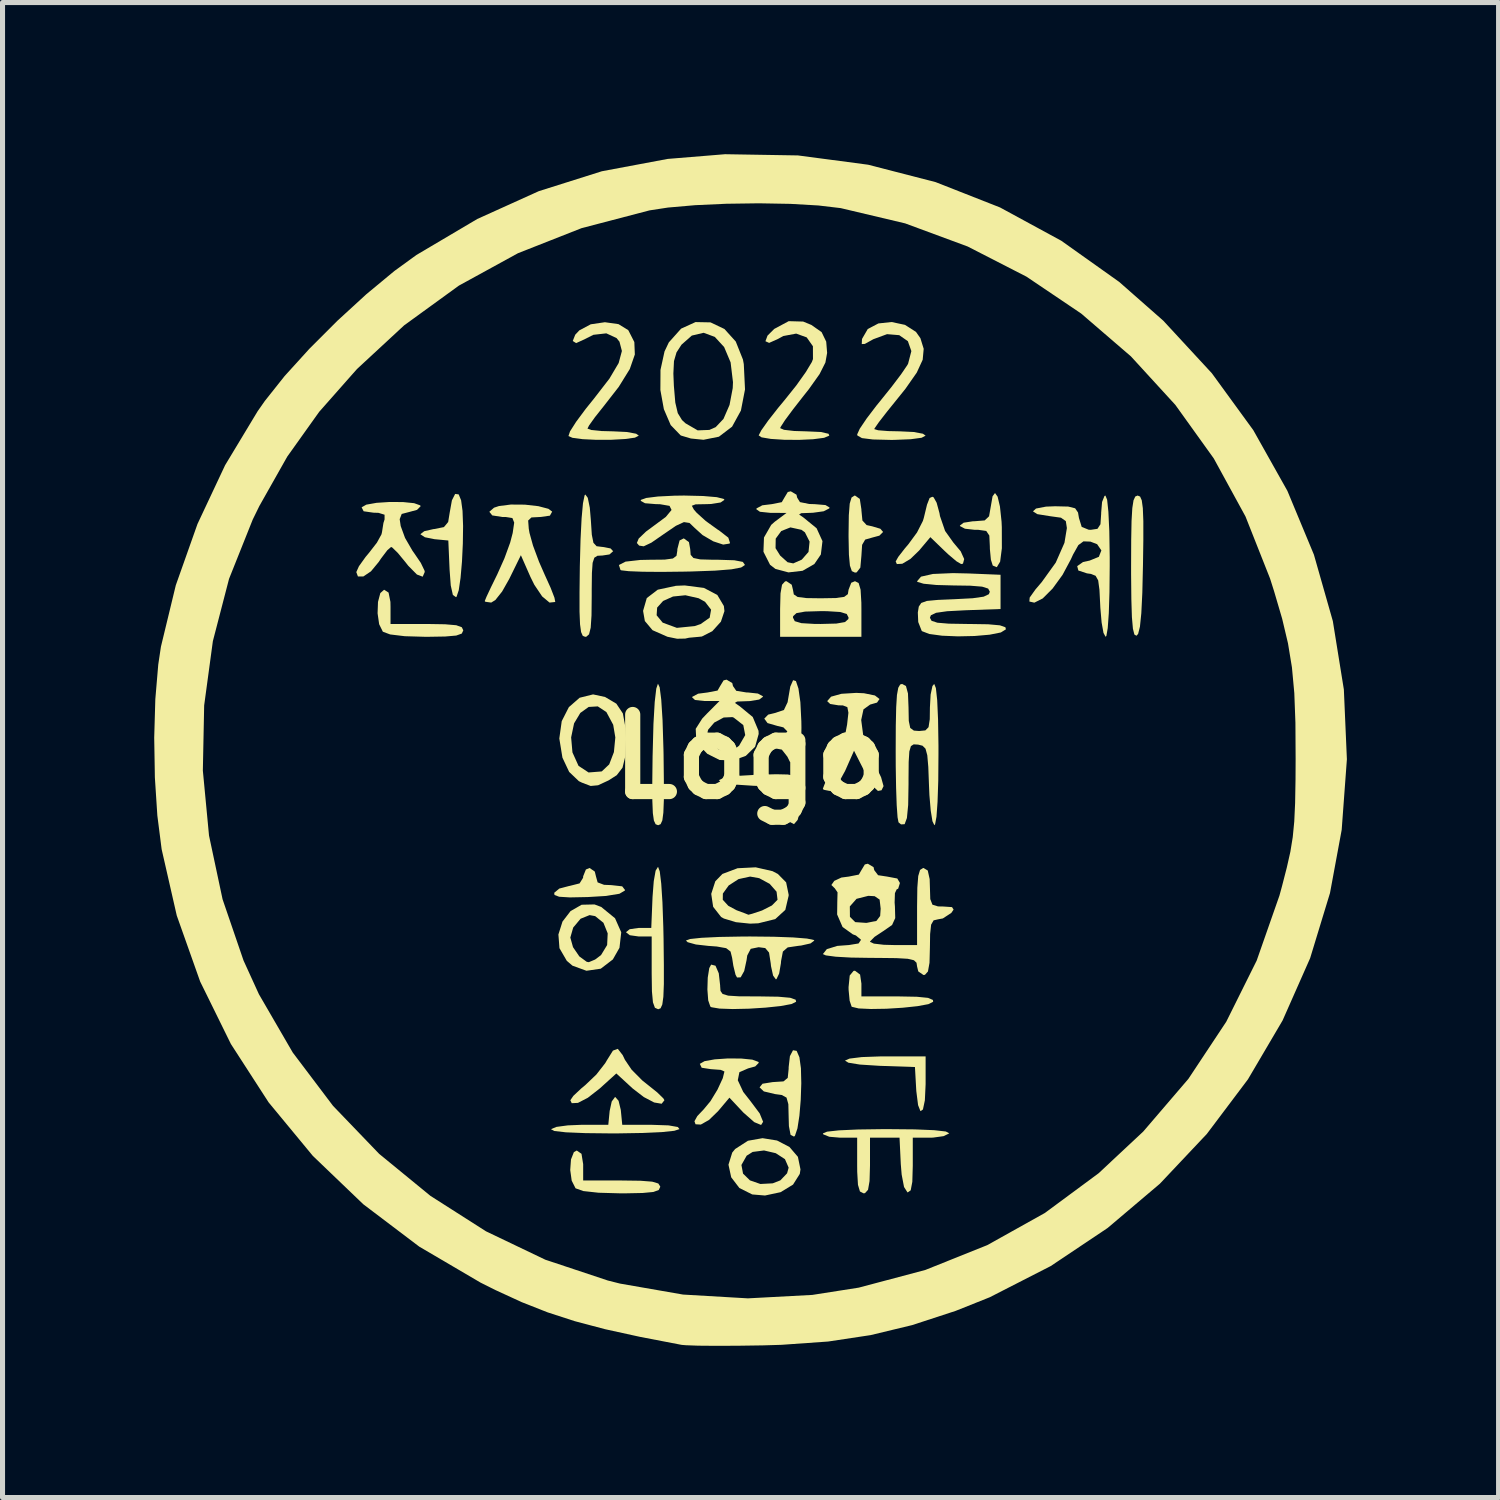
<source format=kicad_pcb>
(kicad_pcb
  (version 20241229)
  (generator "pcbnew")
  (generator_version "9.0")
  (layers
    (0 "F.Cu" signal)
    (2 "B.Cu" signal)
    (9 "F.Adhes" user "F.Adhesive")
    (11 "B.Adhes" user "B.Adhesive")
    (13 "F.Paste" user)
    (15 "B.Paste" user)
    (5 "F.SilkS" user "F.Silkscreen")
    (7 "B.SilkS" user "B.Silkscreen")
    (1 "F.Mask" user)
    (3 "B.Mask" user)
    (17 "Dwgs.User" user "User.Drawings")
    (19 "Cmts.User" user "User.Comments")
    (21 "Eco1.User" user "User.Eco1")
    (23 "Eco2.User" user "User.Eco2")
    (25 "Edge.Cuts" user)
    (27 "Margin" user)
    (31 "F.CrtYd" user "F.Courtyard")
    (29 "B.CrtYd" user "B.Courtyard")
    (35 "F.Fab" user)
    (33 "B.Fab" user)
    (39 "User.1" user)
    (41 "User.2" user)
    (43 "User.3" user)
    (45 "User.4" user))
  (footprint "Logo"
    (layer "F.Cu")
    (at 11.786 11.916)
    (property "Reference" "Logo" (at 0 0 0) (layer "F.SilkS") (effects (font (size 1.524 1.524) (thickness 0.3))))
    (attr board_only exclude_from_pos_files exclude_from_bom)
    (fp_poly (pts (xy 3.471 6.477) (xy 3.456 6.797) (xy 3.418 6.977) (xy 3.369 7.011) (xy 3.322 6.892) (xy 3.287 6.614) (xy 3.285 6.583) (xy 3.26 6.138) (xy 2.561 6.114) (xy 2.17 6.089) (xy 1.943 6.052) (xy 1.876 6.01) (xy 1.966 5.971) (xy 2.208 5.941) (xy 2.599 5.927) (xy 2.667 5.927) (xy 3.471 5.927)) (stroke (width 0) (type solid)) (fill yes) (layer "F.SilkS"))
    (fp_poly (pts (xy 0.744 0.352) (xy 0.876 0.377) (xy 0.941 0.431) (xy 0.974 0.521) (xy 0.978 0.535) (xy 1.009 0.789) (xy 0.994 1.047) (xy 0.94 1.25) (xy 0.868 1.334) (xy 0.797 1.297) (xy 0.765 1.115) (xy 0.762 0.984) (xy 0.762 0.6) (xy 0.064 0.575) (xy -0.329 0.549) (xy -0.556 0.51) (xy -0.62 0.465) (xy -0.524 0.42) (xy -0.27 0.381) (xy 0.14 0.357) (xy 0.146 0.357) (xy 0.513 0.347)) (stroke (width 0) (type solid)) (fill yes) (layer "F.SilkS"))
    (fp_poly (pts (xy 2.175 4.309) (xy 2.201 4.487) (xy 2.201 4.741) (xy 2.928 4.741) (xy 3.297 4.748) (xy 3.519 4.77) (xy 3.615 4.811) (xy 3.62 4.847) (xy 3.527 4.894) (xy 3.311 4.934) (xy 3.018 4.965) (xy 2.696 4.985) (xy 2.39 4.99) (xy 2.147 4.979) (xy 2.013 4.947) (xy 2.007 4.942) (xy 1.968 4.825) (xy 1.948 4.613) (xy 1.947 4.558) (xy 1.97 4.328) (xy 2.045 4.237) (xy 2.074 4.233)) (stroke (width 0) (type solid)) (fill yes) (layer "F.SilkS"))
    (fp_poly (pts (xy -7.151 -3.246) (xy -7.114 -3.061) (xy -7.112 -2.963) (xy -7.112 -2.625) (xy -6.392 -2.625) (xy -6.033 -2.619) (xy -5.812 -2.6) (xy -5.702 -2.56) (xy -5.673 -2.498) (xy -5.703 -2.435) (xy -5.812 -2.396) (xy -6.031 -2.377) (xy -6.387 -2.371) (xy -6.418 -2.371) (xy -6.83 -2.383) (xy -7.12 -2.418) (xy -7.264 -2.472) (xy -7.264 -2.472) (xy -7.337 -2.62) (xy -7.368 -2.836) (xy -7.36 -3.061) (xy -7.314 -3.236) (xy -7.239 -3.302)) (stroke (width 0) (type solid)) (fill yes) (layer "F.SilkS"))
    (fp_poly (pts (xy -3.072 2.272) (xy -3.048 2.371) (xy -3.016 2.486) (xy -2.889 2.534) (xy -2.745 2.54) (xy -2.53 2.564) (xy -2.474 2.637) (xy -2.476 2.646) (xy -2.585 2.711) (xy -2.862 2.755) (xy -3.211 2.776) (xy -3.566 2.783) (xy -3.777 2.77) (xy -3.869 2.735) (xy -3.875 2.692) (xy -3.774 2.608) (xy -3.579 2.557) (xy -3.571 2.556) (xy -3.373 2.506) (xy -3.304 2.395) (xy -3.302 2.365) (xy -3.248 2.231) (xy -3.175 2.201)) (stroke (width 0) (type solid)) (fill yes) (layer "F.SilkS"))
    (fp_poly (pts (xy -1.789 -1.372) (xy -1.758 -1.131) (xy -1.732 -0.722) (xy -1.714 -0.143) (xy -1.712 -0.043) (xy -1.706 0.479) (xy -1.706 0.854) (xy -1.716 1.107) (xy -1.736 1.259) (xy -1.77 1.334) (xy -1.818 1.355) (xy -1.82 1.355) (xy -1.869 1.336) (xy -1.903 1.264) (xy -1.924 1.117) (xy -1.934 0.87) (xy -1.935 0.501) (xy -1.929 -0.012) (xy -1.928 -0.043) (xy -1.912 -0.646) (xy -1.887 -1.081) (xy -1.856 -1.347) (xy -1.823 -1.444)) (stroke (width 0) (type solid)) (fill yes) (layer "F.SilkS"))
    (fp_poly (pts (xy 7.713 -5.145) (xy 7.746 -5.07) (xy 7.767 -4.916) (xy 7.777 -4.661) (xy 7.777 -4.281) (xy 7.77 -3.796) (xy 7.757 -3.24) (xy 7.737 -2.837) (xy 7.71 -2.572) (xy 7.674 -2.429) (xy 7.641 -2.392) (xy 7.6 -2.416) (xy 7.571 -2.532) (xy 7.551 -2.759) (xy 7.54 -3.114) (xy 7.535 -3.615) (xy 7.535 -3.761) (xy 7.537 -4.286) (xy 7.544 -4.664) (xy 7.559 -4.918) (xy 7.583 -5.071) (xy 7.618 -5.146) (xy 7.664 -5.165)) (stroke (width 0) (type solid)) (fill yes) (layer "F.SilkS"))
    (fp_poly (pts (xy -3.335 7.854) (xy -3.302 8.059) (xy -3.302 8.086) (xy -3.302 8.382) (xy -2.54 8.382) (xy -2.168 8.387) (xy -1.937 8.405) (xy -1.816 8.441) (xy -1.778 8.5) (xy -1.778 8.509) (xy -1.807 8.57) (xy -1.914 8.609) (xy -2.126 8.629) (xy -2.473 8.636) (xy -2.565 8.636) (xy -2.998 8.624) (xy -3.299 8.591) (xy -3.451 8.537) (xy -3.454 8.534) (xy -3.529 8.385) (xy -3.558 8.175) (xy -3.543 7.966) (xy -3.486 7.821) (xy -3.429 7.789)) (stroke (width 0) (type solid)) (fill yes) (layer "F.SilkS"))
    (fp_poly (pts (xy -5.764 -5.188) (xy -5.716 -5.071) (xy -5.688 -4.862) (xy -5.677 -4.563) (xy -5.682 -4.214) (xy -5.699 -3.859) (xy -5.727 -3.537) (xy -5.763 -3.292) (xy -5.806 -3.164) (xy -5.817 -3.155) (xy -5.879 -3.199) (xy -5.921 -3.387) (xy -5.944 -3.698) (xy -5.969 -4.276) (xy -6.244 -4.302) (xy -6.432 -4.34) (xy -6.519 -4.397) (xy -6.519 -4.403) (xy -6.445 -4.46) (xy -6.265 -4.501) (xy -6.244 -4.503) (xy -6.056 -4.541) (xy -5.972 -4.642) (xy -5.942 -4.826) (xy -5.898 -5.071) (xy -5.834 -5.197)) (stroke (width 0) (type solid)) (fill yes) (layer "F.SilkS"))
    (fp_poly (pts (xy -2.602 6.805) (xy -2.558 6.986) (xy -2.556 7.006) (xy -2.529 7.281) (xy -1.937 7.281) (xy -1.613 7.292) (xy -1.43 7.324) (xy -1.397 7.366) (xy -1.5 7.399) (xy -1.749 7.425) (xy -2.123 7.442) (xy -2.598 7.45) (xy -2.719 7.451) (xy -3.258 7.445) (xy -3.644 7.429) (xy -3.872 7.403) (xy -3.938 7.368) (xy -3.937 7.366) (xy -3.831 7.322) (xy -3.607 7.292) (xy -3.345 7.281) (xy -2.805 7.281) (xy -2.778 7.006) (xy -2.737 6.819) (xy -2.673 6.732) (xy -2.667 6.731)) (stroke (width 0) (type solid)) (fill yes) (layer "F.SilkS"))
    (fp_poly (pts (xy -2.52 5.903) (xy -2.476 5.995) (xy -2.344 6.19) (xy -2.133 6.403) (xy -2.034 6.482) (xy -1.839 6.638) (xy -1.716 6.758) (xy -1.695 6.795) (xy -1.75 6.864) (xy -1.898 6.839) (xy -2.102 6.732) (xy -2.323 6.562) (xy -2.646 6.265) (xy -2.974 6.562) (xy -3.21 6.746) (xy -3.405 6.847) (xy -3.528 6.853) (xy -3.556 6.795) (xy -3.496 6.708) (xy -3.343 6.564) (xy -3.26 6.495) (xy -3.041 6.286) (xy -2.865 6.06) (xy -2.835 6.008) (xy -2.713 5.813) (xy -2.617 5.778)) (stroke (width 0) (type solid)) (fill yes) (layer "F.SilkS"))
    (fp_poly (pts (xy 2.169 -5.099) (xy 2.201 -4.891) (xy 2.201 -4.874) (xy 2.221 -4.671) (xy 2.304 -4.581) (xy 2.416 -4.556) (xy 2.576 -4.508) (xy 2.63 -4.445) (xy 2.557 -4.372) (xy 2.416 -4.334) (xy 2.276 -4.294) (xy 2.215 -4.19) (xy 2.201 -3.974) (xy 2.18 -3.74) (xy 2.108 -3.646) (xy 2.074 -3.641) (xy 2.012 -3.67) (xy 1.974 -3.779) (xy 1.954 -3.995) (xy 1.947 -4.347) (xy 1.947 -4.403) (xy 1.952 -4.774) (xy 1.97 -5.006) (xy 2.006 -5.126) (xy 2.065 -5.164) (xy 2.074 -5.165)) (stroke (width 0) (type solid)) (fill yes) (layer "F.SilkS"))
    (fp_poly (pts (xy 4.895 -5.143) (xy 4.941 -4.949) (xy 4.973 -4.648) (xy 4.978 -4.538) (xy 4.979 -4.123) (xy 4.945 -3.858) (xy 4.879 -3.748) (xy 4.799 -3.78) (xy 4.762 -3.896) (xy 4.742 -4.108) (xy 4.741 -4.163) (xy 4.731 -4.374) (xy 4.67 -4.465) (xy 4.514 -4.487) (xy 4.445 -4.487) (xy 4.249 -4.509) (xy 4.151 -4.561) (xy 4.149 -4.572) (xy 4.223 -4.628) (xy 4.405 -4.656) (xy 4.44 -4.657) (xy 4.639 -4.673) (xy 4.726 -4.755) (xy 4.757 -4.932) (xy 4.795 -5.15) (xy 4.843 -5.215)) (stroke (width 0) (type solid)) (fill yes) (layer "F.SilkS"))
    (fp_poly (pts (xy -0.685 4.134) (xy -0.62 4.284) (xy -0.593 4.524) (xy -0.593 4.537) (xy -0.586 4.633) (xy -0.544 4.693) (xy -0.434 4.726) (xy -0.225 4.739) (xy 0.117 4.741) (xy 0.176 4.741) (xy 0.558 4.747) (xy 0.792 4.768) (xy 0.9 4.806) (xy 0.91 4.847) (xy 0.818 4.892) (xy 0.601 4.932) (xy 0.305 4.963) (xy -0.025 4.984) (xy -0.343 4.991) (xy -0.605 4.982) (xy -0.765 4.955) (xy -0.787 4.942) (xy -0.829 4.819) (xy -0.845 4.605) (xy -0.838 4.369) (xy -0.808 4.181) (xy -0.771 4.112)) (stroke (width 0) (type solid)) (fill yes) (layer "F.SilkS"))
    (fp_poly (pts (xy 0.92 5.818) (xy 0.975 5.945) (xy 1.005 6.163) (xy 1.012 6.459) (xy 1.001 6.787) (xy 0.975 7.099) (xy 0.936 7.351) (xy 0.887 7.497) (xy 0.868 7.514) (xy 0.8 7.479) (xy 0.767 7.306) (xy 0.762 7.124) (xy 0.756 6.872) (xy 0.72 6.743) (xy 0.626 6.691) (xy 0.493 6.673) (xy 0.271 6.62) (xy 0.187 6.54) (xy 0.245 6.468) (xy 0.451 6.435) (xy 0.459 6.435) (xy 0.66 6.422) (xy 0.744 6.352) (xy 0.762 6.175) (xy 0.762 6.143) (xy 0.787 5.922) (xy 0.848 5.806)) (stroke (width 0) (type solid)) (fill yes) (layer "F.SilkS"))
    (fp_poly (pts (xy 3.629 -5.13) (xy 3.689 -5.023) (xy 3.745 -4.817) (xy 3.755 -4.759) (xy 3.856 -4.465) (xy 4.02 -4.235) (xy 4.165 -4.062) (xy 4.234 -3.909) (xy 4.21 -3.818) (xy 4.174 -3.81) (xy 4.082 -3.864) (xy 3.921 -4) (xy 3.84 -4.076) (xy 3.565 -4.342) (xy 3.341 -4.076) (xy 3.17 -3.911) (xy 3.01 -3.816) (xy 2.902 -3.81) (xy 2.879 -3.862) (xy 2.93 -3.952) (xy 3.059 -4.118) (xy 3.131 -4.203) (xy 3.301 -4.435) (xy 3.417 -4.663) (xy 3.435 -4.722) (xy 3.499 -4.986) (xy 3.55 -5.116) (xy 3.604 -5.141)) (stroke (width 0) (type solid)) (fill yes) (layer "F.SilkS"))
    (fp_poly (pts (xy -1.82 2.18) (xy -1.787 2.27) (xy -1.758 2.51) (xy -1.734 2.882) (xy -1.717 3.366) (xy -1.712 3.598) (xy -1.706 4.121) (xy -1.706 4.497) (xy -1.716 4.749) (xy -1.737 4.901) (xy -1.771 4.976) (xy -1.818 4.995) (xy -1.883 4.966) (xy -1.922 4.858) (xy -1.942 4.642) (xy -1.947 4.287) (xy -1.947 4.276) (xy -1.947 3.556) (xy -2.201 3.556) (xy -2.38 3.531) (xy -2.455 3.472) (xy -2.455 3.471) (xy -2.382 3.412) (xy -2.205 3.387) (xy -1.955 3.387) (xy -1.93 2.773) (xy -1.906 2.463) (xy -1.869 2.254) (xy -1.823 2.18)) (stroke (width 0) (type solid)) (fill yes) (layer "F.SilkS"))
    (fp_poly (pts (xy 0.906 -1.496) (xy 0.956 -1.347) (xy 0.994 -1.078) (xy 1.013 -0.701) (xy 1.015 -0.572) (xy 1.009 -0.199) (xy 0.989 0.031) (xy 0.948 0.144) (xy 0.899 0.169) (xy 0.785 0.098) (xy 0.737 0) (xy 0.627 -0.14) (xy 0.474 -0.169) (xy 0.295 -0.201) (xy 0.266 -0.27) (xy 0.385 -0.337) (xy 0.48 -0.354) (xy 0.674 -0.412) (xy 0.736 -0.5) (xy 0.658 -0.58) (xy 0.541 -0.608) (xy 0.344 -0.665) (xy 0.28 -0.753) (xy 0.357 -0.832) (xy 0.482 -0.862) (xy 0.668 -0.923) (xy 0.742 -1.079) (xy 0.745 -1.101) (xy 0.794 -1.385) (xy 0.85 -1.513)) (stroke (width 0) (type solid)) (fill yes) (layer "F.SilkS"))
    (fp_poly (pts (xy -2.945 2.972) (xy -2.672 3.195) (xy -2.549 3.473) (xy -2.584 3.78) (xy -2.715 4.01) (xy -2.954 4.193) (xy -3.237 4.234) (xy -3.514 4.133) (xy -3.626 4.037) (xy -3.771 3.787) (xy -3.787 3.577) (xy -3.556 3.577) (xy -3.503 3.767) (xy -3.378 3.95) (xy -3.231 4.057) (xy -3.19 4.064) (xy -3.066 4.012) (xy -2.949 3.924) (xy -2.828 3.725) (xy -2.817 3.494) (xy -2.901 3.285) (xy -3.065 3.153) (xy -3.175 3.133) (xy -3.353 3.205) (xy -3.499 3.379) (xy -3.556 3.577) (xy -3.787 3.577) (xy -3.792 3.517) (xy -3.711 3.261) (xy -3.551 3.053) (xy -3.332 2.928) (xy -3.078 2.922)) (stroke (width 0) (type solid)) (fill yes) (layer "F.SilkS"))
    (fp_poly (pts (xy -1.21 -4.244) (xy -1.185 -4.106) (xy -1.176 -3.993) (xy -1.122 -3.93) (xy -0.986 -3.902) (xy -0.729 -3.895) (xy -0.628 -3.895) (xy -0.313 -3.885) (xy -0.145 -3.853) (xy -0.104 -3.796) (xy -0.106 -3.789) (xy -0.178 -3.742) (xy -0.368 -3.706) (xy -0.692 -3.68) (xy -1.166 -3.663) (xy -1.324 -3.66) (xy -1.756 -3.655) (xy -2.125 -3.658) (xy -2.4 -3.669) (xy -2.548 -3.686) (xy -2.564 -3.693) (xy -2.595 -3.791) (xy -2.464 -3.858) (xy -2.173 -3.891) (xy -1.985 -3.895) (xy -1.69 -3.898) (xy -1.527 -3.92) (xy -1.456 -3.974) (xy -1.44 -4.075) (xy -1.439 -4.106) (xy -1.395 -4.277) (xy -1.312 -4.318)) (stroke (width 0) (type solid)) (fill yes) (layer "F.SilkS"))
    (fp_poly (pts (xy 0.532 7.591) (xy 0.777 7.718) (xy 0.945 7.914) (xy 0.996 8.163) (xy 0.982 8.252) (xy 0.849 8.463) (xy 0.603 8.613) (xy 0.294 8.679) (xy 0.042 8.658) (xy -0.212 8.531) (xy -0.374 8.319) (xy -0.427 8.075) (xy -0.172 8.075) (xy -0.14 8.246) (xy -0.004 8.379) (xy 0.203 8.451) (xy 0.448 8.438) (xy 0.598 8.379) (xy 0.731 8.24) (xy 0.762 8.128) (xy 0.689 7.96) (xy 0.507 7.842) (xy 0.275 7.788) (xy 0.05 7.817) (xy -0.068 7.891) (xy -0.172 8.075) (xy -0.427 8.075) (xy -0.428 8.069) (xy -0.354 7.83) (xy -0.296 7.759) (xy -0.043 7.596) (xy 0.246 7.545)) (stroke (width 0) (type solid)) (fill yes) (layer "F.SilkS"))
    (fp_poly (pts (xy -3.211 -5.12) (xy -3.171 -4.925) (xy -3.15 -4.678) (xy -3.131 -4.389) (xy -3.099 -4.23) (xy -3.037 -4.163) (xy -2.927 -4.149) (xy -2.917 -4.149) (xy -2.76 -4.119) (xy -2.709 -4.064) (xy -2.782 -4) (xy -2.921 -3.979) (xy -3.019 -3.974) (xy -3.081 -3.936) (xy -3.115 -3.834) (xy -3.129 -3.636) (xy -3.133 -3.311) (xy -3.133 -3.175) (xy -3.137 -2.793) (xy -3.153 -2.551) (xy -3.186 -2.42) (xy -3.24 -2.373) (xy -3.262 -2.371) (xy -3.31 -2.39) (xy -3.343 -2.465) (xy -3.364 -2.618) (xy -3.374 -2.871) (xy -3.374 -3.248) (xy -3.368 -3.768) (xy -3.354 -4.293) (xy -3.333 -4.714) (xy -3.306 -5.012) (xy -3.274 -5.168) (xy -3.26 -5.186)) (stroke (width 0) (type solid)) (fill yes) (layer "F.SilkS"))
    (fp_poly (pts (xy -0.913 -3.338) (xy -0.649 -3.199) (xy -0.519 -2.98) (xy -0.508 -2.879) (xy -0.578 -2.67) (xy -0.748 -2.482) (xy -0.954 -2.377) (xy -1.009 -2.371) (xy -1.208 -2.353) (xy -1.284 -2.336) (xy -1.444 -2.333) (xy -1.635 -2.372) (xy -1.93 -2.502) (xy -2.082 -2.683) (xy -2.102 -2.797) (xy -1.849 -2.797) (xy -1.729 -2.651) (xy -1.449 -2.548) (xy -1.098 -2.583) (xy -0.979 -2.623) (xy -0.8 -2.749) (xy -0.772 -2.908) (xy -0.892 -3.064) (xy -1.019 -3.134) (xy -1.28 -3.193) (xy -1.525 -3.168) (xy -1.721 -3.08) (xy -1.839 -2.949) (xy -1.849 -2.797) (xy -2.102 -2.797) (xy -2.117 -2.884) (xy -2.044 -3.137) (xy -1.827 -3.303) (xy -1.466 -3.38) (xy -1.293 -3.387)) (stroke (width 0) (type solid)) (fill yes) (layer "F.SilkS"))
    (fp_poly (pts (xy -0.174 5.97) (xy 0.044 5.992) (xy 0.163 6.036) (xy 0.172 6.054) (xy 0.101 6.126) (xy -0.04 6.165) (xy -0.212 6.24) (xy -0.244 6.399) (xy -0.136 6.63) (xy 0 6.803) (xy 0.189 7.055) (xy 0.257 7.221) (xy 0.217 7.284) (xy 0.082 7.228) (xy -0.136 7.036) (xy -0.158 7.012) (xy -0.409 6.744) (xy -0.635 7.012) (xy -0.814 7.185) (xy -0.975 7.276) (xy -1.08 7.27) (xy -1.101 7.21) (xy -1.044 7.107) (xy -0.92 6.977) (xy -0.784 6.813) (xy -0.645 6.584) (xy -0.541 6.359) (xy -0.508 6.226) (xy -0.582 6.194) (xy -0.76 6.181) (xy -0.769 6.181) (xy -0.958 6.152) (xy -0.995 6.075) (xy -0.902 6.022) (xy -0.7 5.986) (xy -0.44 5.968)) (stroke (width 0) (type solid)) (fill yes) (layer "F.SilkS"))
    (fp_poly (pts (xy -2.869 -1.181) (xy -2.646 -1.049) (xy -2.517 -0.856) (xy -2.462 -0.56) (xy -2.455 -0.351) (xy -2.469 -0.005) (xy -2.524 0.218) (xy -2.638 0.366) (xy -2.8 0.469) (xy -3.007 0.565) (xy -3.154 0.579) (xy -3.327 0.513) (xy -3.387 0.484) (xy -3.579 0.301) (xy -3.712 0.019) (xy -3.774 -0.361) (xy -3.771 -0.381) (xy -3.54 -0.381) (xy -3.514 -0.085) (xy -3.394 0.181) (xy -3.195 0.312) (xy -2.941 0.292) (xy -2.932 0.289) (xy -2.787 0.152) (xy -2.694 -0.091) (xy -2.666 -0.381) (xy -2.708 -0.631) (xy -2.843 -0.883) (xy -3.013 -0.995) (xy -3.193 -0.984) (xy -3.358 -0.866) (xy -3.482 -0.659) (xy -3.54 -0.381) (xy -3.771 -0.381) (xy -3.726 -0.703) (xy -3.585 -0.98) (xy -3.372 -1.166) (xy -3.106 -1.232)) (stroke (width 0) (type solid)) (fill yes) (layer "F.SilkS"))
    (fp_poly (pts (xy 3.254 7.371) (xy 3.641 7.387) (xy 3.871 7.413) (xy 3.938 7.449) (xy 3.937 7.451) (xy 3.826 7.505) (xy 3.615 7.534) (xy 3.551 7.535) (xy 3.217 7.535) (xy 3.217 8.093) (xy 3.208 8.408) (xy 3.176 8.576) (xy 3.118 8.617) (xy 3.111 8.615) (xy 3.044 8.51) (xy 2.997 8.264) (xy 2.98 8.058) (xy 2.955 7.535) (xy 2.371 7.535) (xy 2.371 8.086) (xy 2.362 8.394) (xy 2.332 8.566) (xy 2.272 8.632) (xy 2.244 8.636) (xy 2.172 8.599) (xy 2.133 8.468) (xy 2.118 8.211) (xy 2.117 8.086) (xy 2.117 7.535) (xy 1.778 7.535) (xy 1.566 7.517) (xy 1.448 7.47) (xy 1.439 7.451) (xy 1.522 7.416) (xy 1.758 7.39) (xy 2.136 7.373) (xy 2.639 7.366) (xy 2.714 7.366)) (stroke (width 0) (type solid)) (fill yes) (layer "F.SilkS"))
    (fp_poly (pts (xy 0.443 2.264) (xy 0.548 2.319) (xy 0.712 2.485) (xy 0.762 2.728) (xy 0.762 2.749) (xy 0.696 3.03) (xy 0.497 3.212) (xy 0.162 3.295) (xy 0 3.302) (xy -0.281 3.273) (xy -0.519 3.201) (xy -0.574 3.17) (xy -0.731 2.969) (xy -0.752 2.83) (xy -0.541 2.83) (xy -0.432 2.949) (xy -0.268 3.037) (xy -0.103 3.098) (xy -0.034 3.126) (xy 0.042 3.106) (xy 0.216 3.048) (xy 0.235 3.042) (xy 0.43 2.943) (xy 0.541 2.831) (xy 0.542 2.828) (xy 0.523 2.67) (xy 0.387 2.515) (xy 0.18 2.403) (xy 0 2.371) (xy -0.229 2.421) (xy -0.424 2.547) (xy -0.539 2.707) (xy -0.541 2.83) (xy -0.752 2.83) (xy -0.769 2.713) (xy -0.689 2.465) (xy -0.548 2.319) (xy -0.248 2.206) (xy 0.11 2.188)) (stroke (width 0) (type solid)) (fill yes) (layer "F.SilkS"))
    (fp_poly (pts (xy 2.252 -1.255) (xy 2.468 -1.211) (xy 2.559 -1.141) (xy 2.51 -1.07) (xy 2.374 -1.031) (xy 2.242 -0.936) (xy 2.197 -0.726) (xy 2.236 -0.429) (xy 2.358 -0.075) (xy 2.448 0.112) (xy 2.59 0.406) (xy 2.639 0.582) (xy 2.599 0.664) (xy 2.528 0.677) (xy 2.454 0.608) (xy 2.339 0.431) (xy 2.257 0.28) (xy 2.055 -0.118) (xy 1.879 0.28) (xy 1.749 0.517) (xy 1.624 0.657) (xy 1.571 0.677) (xy 1.455 0.654) (xy 1.439 0.632) (xy 1.475 0.538) (xy 1.566 0.342) (xy 1.653 0.166) (xy 1.789 -0.156) (xy 1.891 -0.494) (xy 1.918 -0.636) (xy 1.944 -0.869) (xy 1.923 -0.98) (xy 1.835 -1.014) (xy 1.747 -1.016) (xy 1.583 -1.043) (xy 1.524 -1.099) (xy 1.601 -1.187) (xy 1.806 -1.244) (xy 2.098 -1.262)) (stroke (width 0) (type solid)) (fill yes) (layer "F.SilkS"))
    (fp_poly (pts (xy -4.455 -4.985) (xy -4.189 -4.955) (xy -3.99 -4.903) (xy -3.915 -4.847) (xy -3.96 -4.767) (xy -4.151 -4.741) (xy -4.325 -4.732) (xy -4.39 -4.671) (xy -4.378 -4.509) (xy -4.363 -4.424) (xy -4.294 -4.175) (xy -4.175 -3.855) (xy -4.063 -3.6) (xy -3.945 -3.339) (xy -3.87 -3.145) (xy -3.854 -3.06) (xy -3.967 -3.048) (xy -4.113 -3.17) (xy -4.268 -3.4) (xy -4.346 -3.558) (xy -4.534 -3.985) (xy -4.764 -3.516) (xy -4.905 -3.267) (xy -5.039 -3.098) (xy -5.121 -3.048) (xy -5.235 -3.064) (xy -5.249 -3.077) (xy -5.215 -3.161) (xy -5.124 -3.355) (xy -5.001 -3.606) (xy -4.859 -3.924) (xy -4.746 -4.234) (xy -4.696 -4.424) (xy -4.666 -4.63) (xy -4.702 -4.72) (xy -4.834 -4.741) (xy -4.901 -4.741) (xy -5.1 -4.772) (xy -5.158 -4.844) (xy -5.065 -4.925) (xy -4.969 -4.957) (xy -4.733 -4.987)) (stroke (width 0) (type solid)) (fill yes) (layer "F.SilkS"))
    (fp_poly (pts (xy -2.603 -8.555) (xy -2.413 -8.438) (xy -2.405 -8.427) (xy -2.29 -8.201) (xy -2.28 -7.955) (xy -2.38 -7.667) (xy -2.598 -7.315) (xy -2.9 -6.927) (xy -3.07 -6.713) (xy -3.185 -6.552) (xy -3.217 -6.489) (xy -3.14 -6.461) (xy -2.94 -6.441) (xy -2.709 -6.435) (xy -2.439 -6.422) (xy -2.255 -6.388) (xy -2.201 -6.35) (xy -2.278 -6.31) (xy -2.475 -6.283) (xy -2.745 -6.268) (xy -3.04 -6.267) (xy -3.313 -6.28) (xy -3.514 -6.307) (xy -3.593 -6.342) (xy -3.562 -6.434) (xy -3.441 -6.624) (xy -3.251 -6.88) (xy -3.09 -7.08) (xy -2.783 -7.477) (xy -2.6 -7.786) (xy -2.536 -8.024) (xy -2.584 -8.208) (xy -2.642 -8.28) (xy -2.844 -8.373) (xy -3.1 -8.344) (xy -3.278 -8.254) (xy -3.441 -8.18) (xy -3.508 -8.222) (xy -3.459 -8.346) (xy -3.378 -8.432) (xy -3.152 -8.552) (xy -2.872 -8.593)) (stroke (width 0) (type solid)) (fill yes) (layer "F.SilkS"))
    (fp_poly (pts (xy 0.471 3.561) (xy 0.855 3.575) (xy 1.125 3.597) (xy 1.26 3.625) (xy 1.27 3.636) (xy 1.195 3.693) (xy 1.009 3.735) (xy 0.953 3.741) (xy 0.743 3.772) (xy 0.648 3.854) (xy 0.612 4.042) (xy 0.609 4.085) (xy 0.574 4.289) (xy 0.522 4.398) (xy 0.508 4.403) (xy 0.454 4.328) (xy 0.413 4.142) (xy 0.407 4.085) (xy 0.374 3.874) (xy 0.299 3.785) (xy 0.169 3.768) (xy 0.012 3.8) (xy -0.057 3.932) (xy -0.07 4.022) (xy -0.117 4.239) (xy -0.187 4.364) (xy -0.259 4.367) (xy -0.289 4.311) (xy -0.332 4.134) (xy -0.356 3.979) (xy -0.387 3.854) (xy -0.474 3.787) (xy -0.66 3.754) (xy -0.826 3.742) (xy -1.074 3.714) (xy -1.235 3.669) (xy -1.27 3.636) (xy -1.189 3.606) (xy -0.962 3.582) (xy -0.612 3.565) (xy -0.161 3.557) (xy 0 3.556)) (stroke (width 0) (type solid)) (fill yes) (layer "F.SilkS"))
    (fp_poly (pts (xy 2.146 -3.435) (xy 2.185 -3.303) (xy 2.2 -3.046) (xy 2.201 -2.921) (xy 2.201 -2.371) (xy 0.593 -2.371) (xy 0.593 -2.752) (xy 0.847 -2.752) (xy 0.883 -2.68) (xy 1.015 -2.641) (xy 1.272 -2.626) (xy 1.397 -2.625) (xy 1.706 -2.633) (xy 1.877 -2.663) (xy 1.943 -2.723) (xy 1.947 -2.752) (xy 1.911 -2.823) (xy 1.779 -2.862) (xy 1.522 -2.878) (xy 1.397 -2.879) (xy 1.088 -2.87) (xy 0.917 -2.84) (xy 0.851 -2.78) (xy 0.847 -2.752) (xy 0.593 -2.752) (xy 0.593 -2.921) (xy 0.601 -3.23) (xy 0.631 -3.401) (xy 0.691 -3.467) (xy 0.72 -3.471) (xy 0.823 -3.401) (xy 0.847 -3.302) (xy 0.864 -3.21) (xy 0.94 -3.159) (xy 1.113 -3.137) (xy 1.397 -3.133) (xy 1.695 -3.138) (xy 1.861 -3.161) (xy 1.933 -3.215) (xy 1.947 -3.302) (xy 2 -3.44) (xy 2.074 -3.471)) (stroke (width 0) (type solid)) (fill yes) (layer "F.SilkS"))
    (fp_poly (pts (xy -0.93 -5.156) (xy -0.659 -5.133) (xy -0.52 -5.097) (xy -0.508 -5.08) (xy -0.583 -5.028) (xy -0.772 -4.998) (xy -0.86 -4.995) (xy -1.078 -4.991) (xy -1.153 -4.963) (xy -1.112 -4.887) (xy -1.056 -4.823) (xy -0.878 -4.662) (xy -0.645 -4.494) (xy -0.613 -4.474) (xy -0.431 -4.332) (xy -0.398 -4.228) (xy -0.407 -4.215) (xy -0.533 -4.195) (xy -0.73 -4.26) (xy -0.94 -4.383) (xy -1.096 -4.524) (xy -1.199 -4.623) (xy -1.309 -4.64) (xy -1.467 -4.567) (xy -1.707 -4.403) (xy -1.953 -4.233) (xy -2.105 -4.161) (xy -2.195 -4.175) (xy -2.24 -4.227) (xy -2.204 -4.314) (xy -2.06 -4.452) (xy -1.934 -4.545) (xy -1.667 -4.743) (xy -1.554 -4.88) (xy -1.594 -4.961) (xy -1.785 -4.994) (xy -1.861 -4.995) (xy -2.079 -5.013) (xy -2.164 -5.06) (xy -2.159 -5.08) (xy -2.056 -5.117) (xy -1.824 -5.146) (xy -1.502 -5.162) (xy -1.307 -5.165)) (stroke (width 0) (type solid)) (fill yes) (layer "F.SilkS"))
    (fp_poly (pts (xy 1.049 -8.606) (xy 1.212 -8.539) (xy 1.414 -8.397) (xy 1.505 -8.209) (xy 1.523 -7.986) (xy 1.489 -7.796) (xy 1.373 -7.566) (xy 1.158 -7.264) (xy 1.059 -7.139) (xy 0.851 -6.873) (xy 0.69 -6.656) (xy 0.603 -6.521) (xy 0.594 -6.498) (xy 0.67 -6.465) (xy 0.87 -6.442) (xy 1.106 -6.435) (xy 1.398 -6.422) (xy 1.551 -6.387) (xy 1.566 -6.35) (xy 1.463 -6.307) (xy 1.248 -6.279) (xy 0.969 -6.266) (xy 0.674 -6.268) (xy 0.411 -6.285) (xy 0.227 -6.316) (xy 0.169 -6.355) (xy 0.221 -6.455) (xy 0.359 -6.65) (xy 0.559 -6.905) (xy 0.681 -7.052) (xy 0.913 -7.342) (xy 1.102 -7.608) (xy 1.221 -7.806) (xy 1.243 -7.864) (xy 1.242 -8.118) (xy 1.119 -8.293) (xy 0.911 -8.368) (xy 0.656 -8.32) (xy 0.55 -8.262) (xy 0.376 -8.184) (xy 0.303 -8.217) (xy 0.344 -8.328) (xy 0.476 -8.46) (xy 0.763 -8.614)) (stroke (width 0) (type solid)) (fill yes) (layer "F.SilkS"))
    (fp_poly (pts (xy -6.863 -5.036) (xy -6.645 -5.014) (xy -6.525 -4.971) (xy -6.517 -4.953) (xy -6.588 -4.882) (xy -6.738 -4.841) (xy -6.891 -4.801) (xy -6.931 -4.698) (xy -6.911 -4.562) (xy -6.825 -4.327) (xy -6.678 -4.073) (xy -6.648 -4.031) (xy -6.513 -3.833) (xy -6.44 -3.681) (xy -6.435 -3.654) (xy -6.476 -3.56) (xy -6.59 -3.603) (xy -6.761 -3.776) (xy -6.821 -3.852) (xy -6.97 -4.032) (xy -7.078 -4.137) (xy -7.101 -4.148) (xy -7.176 -4.083) (xy -7.299 -3.921) (xy -7.346 -3.851) (xy -7.499 -3.666) (xy -7.649 -3.565) (xy -7.757 -3.565) (xy -7.789 -3.651) (xy -7.737 -3.767) (xy -7.606 -3.95) (xy -7.535 -4.035) (xy -7.381 -4.234) (xy -7.291 -4.398) (xy -7.281 -4.441) (xy -7.252 -4.624) (xy -7.23 -4.692) (xy -7.23 -4.786) (xy -7.351 -4.823) (xy -7.449 -4.826) (xy -7.644 -4.854) (xy -7.684 -4.932) (xy -7.591 -4.985) (xy -7.388 -5.021) (xy -7.128 -5.038)) (stroke (width 0) (type solid)) (fill yes) (layer "F.SilkS"))
    (fp_poly (pts (xy -0.783 -8.59) (xy -0.508 -8.459) (xy -0.284 -8.211) (xy -0.142 -7.855) (xy -0.125 -7.764) (xy -0.101 -7.264) (xy -0.182 -6.846) (xy -0.357 -6.527) (xy -0.617 -6.329) (xy -0.922 -6.268) (xy -1.171 -6.293) (xy -1.365 -6.351) (xy -1.376 -6.357) (xy -1.571 -6.559) (xy -1.706 -6.873) (xy -1.775 -7.253) (xy -1.773 -7.578) (xy -1.518 -7.578) (xy -1.508 -7.335) (xy -1.48 -7.004) (xy -1.431 -6.795) (xy -1.347 -6.658) (xy -1.278 -6.594) (xy -1.037 -6.454) (xy -0.806 -6.463) (xy -0.681 -6.518) (xy -0.527 -6.681) (xy -0.407 -6.957) (xy -0.344 -7.29) (xy -0.339 -7.408) (xy -0.386 -7.799) (xy -0.514 -8.102) (xy -0.699 -8.303) (xy -0.919 -8.384) (xy -1.153 -8.329) (xy -1.357 -8.149) (xy -1.456 -7.996) (xy -1.506 -7.824) (xy -1.518 -7.578) (xy -1.773 -7.578) (xy -1.773 -7.649) (xy -1.693 -8.015) (xy -1.608 -8.194) (xy -1.365 -8.466) (xy -1.08 -8.596)) (stroke (width 0) (type solid)) (fill yes) (layer "F.SilkS"))
    (fp_poly (pts (xy 3.062 -8.541) (xy 3.28 -8.402) (xy 3.368 -8.277) (xy 3.433 -8.067) (xy 3.413 -7.851) (xy 3.296 -7.597) (xy 3.071 -7.275) (xy 2.914 -7.08) (xy 2.706 -6.822) (xy 2.547 -6.617) (xy 2.463 -6.496) (xy 2.455 -6.479) (xy 2.532 -6.456) (xy 2.732 -6.44) (xy 2.963 -6.435) (xy 3.234 -6.422) (xy 3.417 -6.388) (xy 3.471 -6.35) (xy 3.392 -6.308) (xy 3.176 -6.279) (xy 2.855 -6.266) (xy 2.794 -6.265) (xy 2.429 -6.274) (xy 2.212 -6.301) (xy 2.122 -6.352) (xy 2.117 -6.374) (xy 2.168 -6.486) (xy 2.304 -6.688) (xy 2.498 -6.943) (xy 2.569 -7.03) (xy 2.794 -7.31) (xy 2.985 -7.562) (xy 3.108 -7.743) (xy 3.124 -7.771) (xy 3.189 -8.022) (xy 3.12 -8.218) (xy 2.949 -8.337) (xy 2.708 -8.357) (xy 2.437 -8.257) (xy 2.269 -8.164) (xy 2.208 -8.161) (xy 2.212 -8.25) (xy 2.215 -8.266) (xy 2.327 -8.459) (xy 2.537 -8.569) (xy 2.799 -8.597)) (stroke (width 0) (type solid)) (fill yes) (layer "F.SilkS"))
    (fp_poly (pts (xy 4.319 -3.624) (xy 4.953 -3.598) (xy 4.953 -2.921) (xy 4.255 -2.896) (xy 3.896 -2.877) (xy 3.678 -2.846) (xy 3.575 -2.797) (xy 3.556 -2.748) (xy 3.588 -2.688) (xy 3.703 -2.65) (xy 3.929 -2.631) (xy 4.295 -2.625) (xy 4.325 -2.625) (xy 4.707 -2.619) (xy 4.941 -2.598) (xy 5.049 -2.56) (xy 5.059 -2.519) (xy 4.959 -2.457) (xy 4.737 -2.413) (xy 4.438 -2.387) (xy 4.109 -2.38) (xy 3.796 -2.393) (xy 3.544 -2.427) (xy 3.401 -2.482) (xy 3.393 -2.49) (xy 3.325 -2.663) (xy 3.317 -2.852) (xy 3.336 -2.969) (xy 3.385 -3.041) (xy 3.498 -3.081) (xy 3.712 -3.101) (xy 4.043 -3.115) (xy 4.402 -3.134) (xy 4.619 -3.165) (xy 4.722 -3.214) (xy 4.741 -3.263) (xy 4.708 -3.325) (xy 4.589 -3.363) (xy 4.355 -3.382) (xy 4.022 -3.387) (xy 3.68 -3.396) (xy 3.431 -3.421) (xy 3.309 -3.457) (xy 3.302 -3.47) (xy 3.38 -3.561) (xy 3.615 -3.614) (xy 4.011 -3.631)) (stroke (width 0) (type solid)) (fill yes) (layer "F.SilkS"))
    (fp_poly (pts (xy 0.917 -5.182) (xy 0.931 -5.122) (xy 0.986 -5.035) (xy 1.17 -4.998) (xy 1.275 -4.995) (xy 1.49 -4.977) (xy 1.571 -4.929) (xy 1.566 -4.911) (xy 1.455 -4.854) (xy 1.246 -4.825) (xy 1.202 -4.823) (xy 1.01 -4.816) (xy 0.969 -4.789) (xy 1.057 -4.729) (xy 1.058 -4.728) (xy 1.315 -4.518) (xy 1.431 -4.263) (xy 1.399 -3.999) (xy 1.27 -3.81) (xy 1.038 -3.677) (xy 0.758 -3.645) (xy 0.5 -3.714) (xy 0.394 -3.796) (xy 0.264 -4.052) (xy 0.266 -4.124) (xy 0.503 -4.124) (xy 0.595 -3.977) (xy 0.741 -3.846) (xy 0.853 -3.823) (xy 1.012 -3.893) (xy 1.022 -3.898) (xy 1.155 -4.05) (xy 1.176 -4.254) (xy 1.084 -4.437) (xy 1.016 -4.487) (xy 0.797 -4.535) (xy 0.616 -4.463) (xy 0.506 -4.313) (xy 0.503 -4.124) (xy 0.266 -4.124) (xy 0.274 -4.335) (xy 0.417 -4.585) (xy 0.487 -4.647) (xy 0.72 -4.821) (xy 0.397 -4.823) (xy 0.194 -4.844) (xy 0.122 -4.895) (xy 0.127 -4.911) (xy 0.241 -4.972) (xy 0.428 -4.995) (xy 0.626 -5.034) (xy 0.677 -5.122) (xy 0.745 -5.235) (xy 0.804 -5.249)) (stroke (width 0) (type solid)) (fill yes) (layer "F.SilkS"))
    (fp_poly (pts (xy -0.353 -1.456) (xy -0.339 -1.397) (xy -0.274 -1.303) (xy -0.069 -1.27) (xy -0.042 -1.27) (xy 0.154 -1.249) (xy 0.251 -1.196) (xy 0.254 -1.185) (xy 0.179 -1.13) (xy -0.006 -1.1) (xy -0.064 -1.098) (xy -0.257 -1.091) (xy -0.301 -1.064) (xy -0.216 -1.005) (xy -0.212 -1.003) (xy 0.052 -0.785) (xy 0.166 -0.512) (xy 0.169 -0.449) (xy 0.098 -0.196) (xy -0.085 -0.017) (xy -0.334 0.074) (xy -0.604 0.065) (xy -0.847 -0.057) (xy -0.925 -0.138) (xy -1.067 -0.364) (xy -1.072 -0.467) (xy -0.847 -0.467) (xy -0.779 -0.299) (xy -0.626 -0.147) (xy -0.466 -0.085) (xy -0.317 -0.14) (xy -0.218 -0.218) (xy -0.097 -0.427) (xy -0.135 -0.625) (xy -0.323 -0.772) (xy -0.35 -0.783) (xy -0.523 -0.775) (xy -0.708 -0.676) (xy -0.831 -0.533) (xy -0.847 -0.467) (xy -1.072 -0.467) (xy -1.076 -0.551) (xy -0.948 -0.753) (xy -0.853 -0.853) (xy -0.606 -1.101) (xy -0.901 -1.101) (xy -1.09 -1.121) (xy -1.148 -1.175) (xy -1.143 -1.185) (xy -1.029 -1.246) (xy -0.842 -1.27) (xy -0.644 -1.308) (xy -0.593 -1.397) (xy -0.525 -1.509) (xy -0.466 -1.524)) (stroke (width 0) (type solid)) (fill yes) (layer "F.SilkS"))
    (fp_poly (pts (xy 3.674 -1.357) (xy 3.7 -1.118) (xy 3.717 -0.735) (xy 3.725 -0.222) (xy 3.725 -0.042) (xy 3.721 0.477) (xy 3.707 0.893) (xy 3.686 1.187) (xy 3.658 1.338) (xy 3.644 1.355) (xy 3.606 1.276) (xy 3.572 1.066) (xy 3.546 0.76) (xy 3.538 0.572) (xy 3.524 0.203) (xy 3.504 -0.029) (xy 3.469 -0.158) (xy 3.41 -0.217) (xy 3.323 -0.239) (xy 3.235 -0.244) (xy 3.18 -0.209) (xy 3.149 -0.103) (xy 3.136 0.103) (xy 3.133 0.442) (xy 3.133 0.544) (xy 3.126 0.955) (xy 3.101 1.213) (xy 3.056 1.335) (xy 2.985 1.339) (xy 2.935 1.298) (xy 2.916 1.198) (xy 2.899 0.959) (xy 2.887 0.611) (xy 2.88 0.184) (xy 2.879 -0.099) (xy 2.881 -0.611) (xy 2.889 -0.977) (xy 2.904 -1.22) (xy 2.93 -1.363) (xy 2.968 -1.428) (xy 3.006 -1.439) (xy 3.082 -1.398) (xy 3.122 -1.251) (xy 3.133 -0.974) (xy 3.138 -0.707) (xy 3.167 -0.568) (xy 3.239 -0.516) (xy 3.344 -0.508) (xy 3.466 -0.52) (xy 3.529 -0.584) (xy 3.553 -0.741) (xy 3.556 -0.974) (xy 3.57 -1.229) (xy 3.606 -1.398) (xy 3.641 -1.439)) (stroke (width 0) (type solid)) (fill yes) (layer "F.SilkS"))
    (fp_poly (pts (xy 7.061 -5.082) (xy 7.086 -4.843) (xy 7.104 -4.461) (xy 7.112 -3.947) (xy 7.112 -3.768) (xy 7.107 -3.253) (xy 7.094 -2.839) (xy 7.073 -2.544) (xy 7.046 -2.389) (xy 7.031 -2.371) (xy 6.989 -2.448) (xy 6.952 -2.653) (xy 6.927 -2.943) (xy 6.925 -2.985) (xy 6.909 -3.301) (xy 6.884 -3.487) (xy 6.833 -3.578) (xy 6.741 -3.615) (xy 6.662 -3.626) (xy 6.492 -3.682) (xy 6.469 -3.769) (xy 6.584 -3.85) (xy 6.716 -3.879) (xy 6.897 -3.953) (xy 6.947 -4.08) (xy 6.863 -4.203) (xy 6.73 -4.254) (xy 6.593 -4.259) (xy 6.492 -4.185) (xy 6.387 -3.998) (xy 6.344 -3.904) (xy 6.179 -3.596) (xy 5.982 -3.325) (xy 5.787 -3.13) (xy 5.625 -3.048) (xy 5.614 -3.048) (xy 5.523 -3.069) (xy 5.529 -3.147) (xy 5.642 -3.306) (xy 5.768 -3.454) (xy 6.045 -3.839) (xy 6.217 -4.23) (xy 6.265 -4.522) (xy 6.244 -4.659) (xy 6.148 -4.727) (xy 5.93 -4.757) (xy 5.925 -4.758) (xy 5.681 -4.797) (xy 5.594 -4.852) (xy 5.654 -4.908) (xy 5.852 -4.946) (xy 6.032 -4.953) (xy 6.292 -4.947) (xy 6.428 -4.913) (xy 6.485 -4.83) (xy 6.504 -4.72) (xy 6.558 -4.545) (xy 6.696 -4.489) (xy 6.737 -4.487) (xy 6.87 -4.507) (xy 6.929 -4.597) (xy 6.943 -4.804) (xy 6.943 -4.826) (xy 6.961 -5.038) (xy 7.008 -5.156) (xy 7.027 -5.165)) (stroke (width 0) (type solid)) (fill yes) (layer "F.SilkS"))
    (fp_poly (pts (xy 2.441 2.184) (xy 2.455 2.244) (xy 2.531 2.344) (xy 2.709 2.371) (xy 2.911 2.409) (xy 2.963 2.498) (xy 2.928 2.61) (xy 2.898 2.625) (xy 2.864 2.699) (xy 2.858 2.886) (xy 2.864 2.962) (xy 2.87 3.192) (xy 2.808 3.328) (xy 2.642 3.444) (xy 2.634 3.449) (xy 2.46 3.564) (xy 2.373 3.653) (xy 2.371 3.662) (xy 2.447 3.697) (xy 2.645 3.72) (xy 2.836 3.725) (xy 3.302 3.725) (xy 3.302 2.963) (xy 3.307 2.592) (xy 3.325 2.36) (xy 3.361 2.24) (xy 3.42 2.202) (xy 3.429 2.201) (xy 3.513 2.251) (xy 3.551 2.421) (xy 3.556 2.582) (xy 3.563 2.817) (xy 3.606 2.927) (xy 3.716 2.961) (xy 3.82 2.963) (xy 3.993 2.975) (xy 4.024 3.024) (xy 3.979 3.09) (xy 3.812 3.199) (xy 3.715 3.217) (xy 3.629 3.237) (xy 3.58 3.322) (xy 3.56 3.509) (xy 3.556 3.768) (xy 3.548 4.076) (xy 3.517 4.248) (xy 3.458 4.314) (xy 3.429 4.318) (xy 3.326 4.247) (xy 3.302 4.149) (xy 3.291 4.075) (xy 3.24 4.026) (xy 3.118 3.997) (xy 2.896 3.984) (xy 2.546 3.98) (xy 2.371 3.979) (xy 1.996 3.973) (xy 1.694 3.956) (xy 1.498 3.93) (xy 1.439 3.904) (xy 1.517 3.806) (xy 1.725 3.742) (xy 1.954 3.725) (xy 2.145 3.694) (xy 2.194 3.621) (xy 2.092 3.536) (xy 2.032 3.514) (xy 1.828 3.368) (xy 1.721 3.121) (xy 1.723 2.961) (xy 1.972 2.961) (xy 1.974 3.165) (xy 1.976 3.169) (xy 2.079 3.272) (xy 2.296 3.287) (xy 2.307 3.286) (xy 2.498 3.248) (xy 2.572 3.15) (xy 2.582 3.006) (xy 2.561 2.826) (xy 2.463 2.759) (xy 2.338 2.752) (xy 2.105 2.811) (xy 1.972 2.961) (xy 1.723 2.961) (xy 1.724 2.874) (xy 1.729 2.683) (xy 1.675 2.604) (xy 1.607 2.538) (xy 1.664 2.456) (xy 1.806 2.39) (xy 1.952 2.371) (xy 2.15 2.332) (xy 2.201 2.244) (xy 2.269 2.131) (xy 2.328 2.117)) (stroke (width 0) (type solid)) (fill yes) (layer "F.SilkS"))
    (fp_poly (pts (xy 0.946 -11.892) (xy 2.335 -11.708) (xy 3.669 -11.364) (xy 4.943 -10.863) (xy 6.155 -10.204) (xy 7.3 -9.39) (xy 8.172 -8.623) (xy 9.133 -7.583) (xy 9.952 -6.458) (xy 10.626 -5.258) (xy 11.151 -3.995) (xy 11.525 -2.682) (xy 11.743 -1.329) (xy 11.803 0.051) (xy 11.7 1.447) (xy 11.469 2.696) (xy 11.076 3.985) (xy 10.531 5.217) (xy 9.846 6.381) (xy 9.033 7.461) (xy 8.104 8.446) (xy 7.071 9.321) (xy 5.946 10.074) (xy 4.74 10.691) (xy 4.064 10.961) (xy 3.205 11.242) (xy 2.384 11.44) (xy 1.543 11.567) (xy 0.621 11.632) (xy 0.254 11.643) (xy -0.231 11.65) (xy -0.67 11.652) (xy -1.028 11.649) (xy -1.273 11.64) (xy -1.355 11.633) (xy -2.18 11.474) (xy -2.873 11.322) (xy -3.469 11.164) (xy -4.005 10.99) (xy -4.515 10.789) (xy -5.037 10.549) (xy -5.331 10.402) (xy -6.544 9.69) (xy -7.652 8.851) (xy -8.648 7.896) (xy -9.523 6.837) (xy -10.269 5.683) (xy -10.877 4.448) (xy -11.34 3.142) (xy -11.639 1.831) (xy -11.724 1.164) (xy -11.773 0.41) (xy -11.775 0.275) (xy -10.824 0.275) (xy -10.702 1.56) (xy -10.434 2.82) (xy -10.019 4.032) (xy -9.715 4.698) (xy -9.046 5.851) (xy -8.249 6.906) (xy -7.337 7.855) (xy -6.324 8.685) (xy -5.224 9.387) (xy -4.05 9.949) (xy -2.815 10.36) (xy -2.573 10.421) (xy -1.327 10.638) (xy -0.044 10.713) (xy 1.23 10.645) (xy 2.149 10.501) (xy 3.466 10.151) (xy 4.691 9.66) (xy 5.83 9.024) (xy 6.892 8.239) (xy 7.775 7.414) (xy 8.668 6.372) (xy 9.417 5.242) (xy 10.019 4.032) (xy 10.469 2.747) (xy 10.519 2.564) (xy 10.615 2.191) (xy 10.685 1.88) (xy 10.732 1.591) (xy 10.762 1.283) (xy 10.779 0.916) (xy 10.787 0.448) (xy 10.789 0.042) (xy 10.785 -0.67) (xy 10.763 -1.258) (xy 10.716 -1.767) (xy 10.638 -2.242) (xy 10.523 -2.728) (xy 10.364 -3.269) (xy 10.284 -3.522) (xy 9.798 -4.75) (xy 9.17 -5.899) (xy 8.41 -6.958) (xy 7.532 -7.917) (xy 6.547 -8.765) (xy 5.466 -9.494) (xy 4.302 -10.091) (xy 3.066 -10.548) (xy 1.791 -10.85) (xy 1.352 -10.902) (xy 0.797 -10.934) (xy 0.173 -10.945) (xy -0.471 -10.936) (xy -1.086 -10.908) (xy -1.624 -10.861) (xy -1.99 -10.805) (xy -3.335 -10.453) (xy -4.591 -9.958) (xy -5.76 -9.317) (xy -6.843 -8.531) (xy -7.775 -7.668) (xy -8.523 -6.821) (xy -9.154 -5.936) (xy -9.707 -4.957) (xy -9.838 -4.689) (xy -10.306 -3.517) (xy -10.626 -2.285) (xy -10.798 -1.014) (xy -10.824 0.275) (xy -11.775 0.275) (xy -11.786 -0.375) (xy -11.764 -1.137) (xy -11.706 -1.822) (xy -11.653 -2.176) (xy -11.359 -3.391) (xy -10.93 -4.603) (xy -10.384 -5.765) (xy -9.742 -6.83) (xy -9.598 -7.036) (xy -9.207 -7.528) (xy -8.715 -8.07) (xy -8.162 -8.623) (xy -7.589 -9.148) (xy -7.035 -9.607) (xy -6.6 -9.923) (xy -5.396 -10.635) (xy -4.18 -11.185) (xy -2.932 -11.579) (xy -1.63 -11.823) (xy -0.495 -11.916)) (stroke (width 0) (type solid)) (fill yes) (layer "F.SilkS")))
  (gr_rect
    (start -3 -3)
    (end 26.589 26.568)
    (stroke (width 0.1) (type default))
    (fill no)
    (layer "Edge.Cuts")))
</source>
